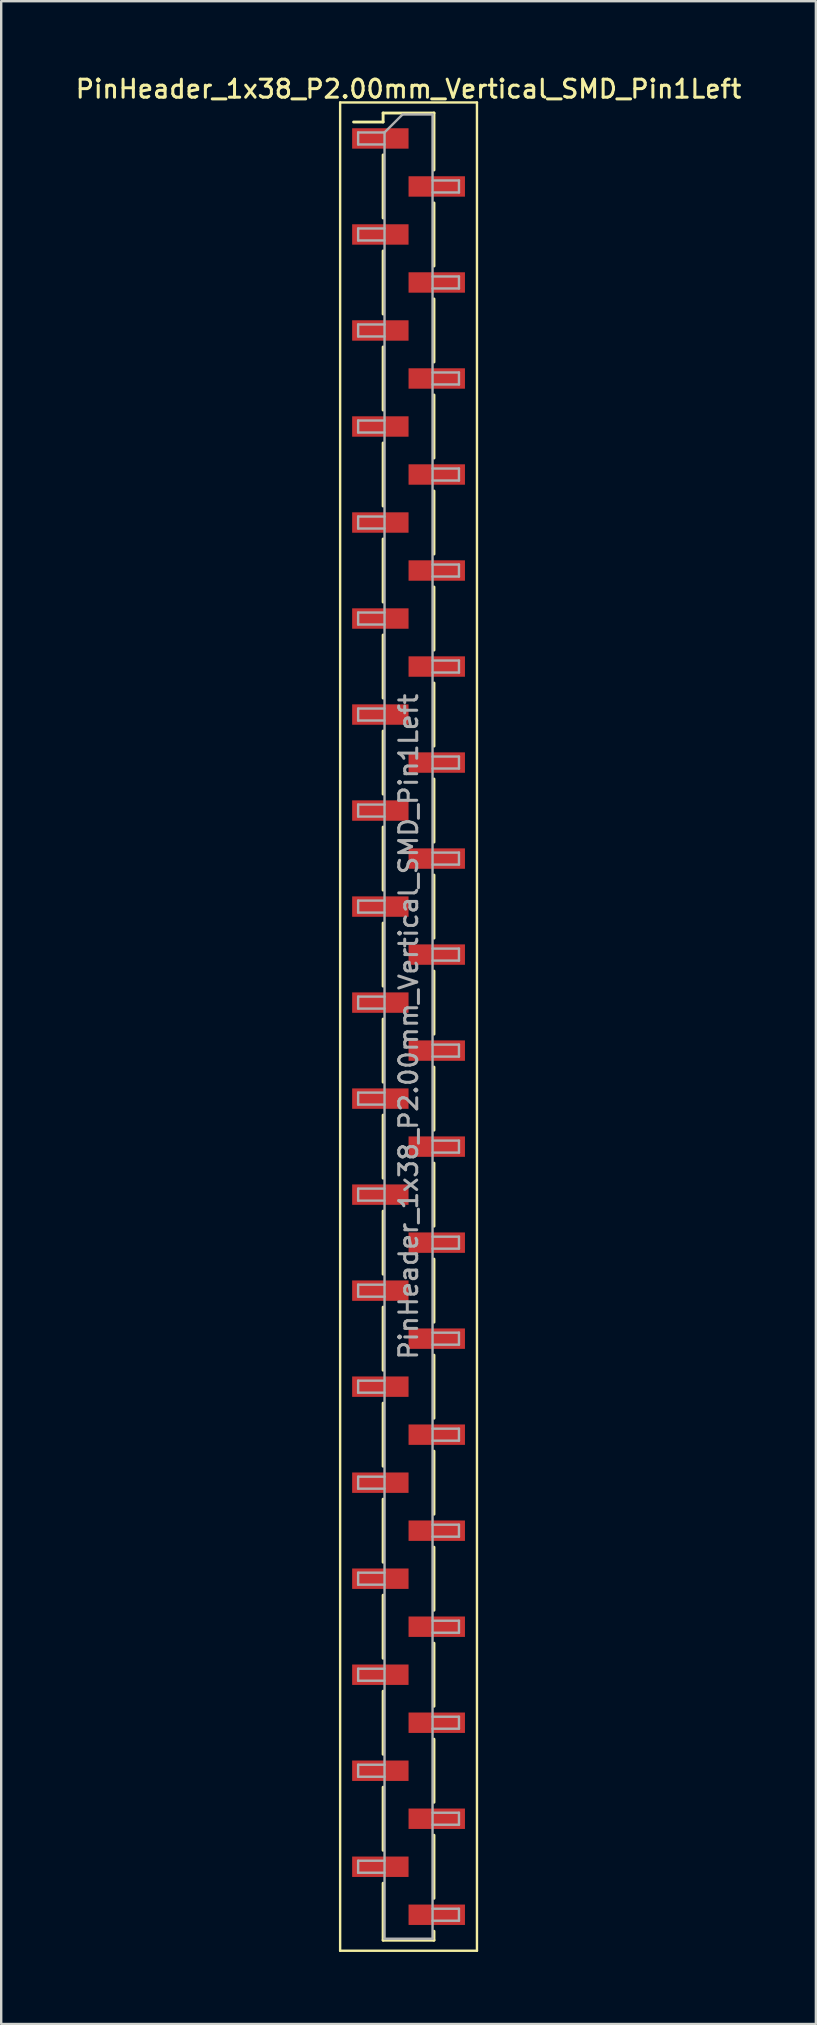
<source format=kicad_pcb>
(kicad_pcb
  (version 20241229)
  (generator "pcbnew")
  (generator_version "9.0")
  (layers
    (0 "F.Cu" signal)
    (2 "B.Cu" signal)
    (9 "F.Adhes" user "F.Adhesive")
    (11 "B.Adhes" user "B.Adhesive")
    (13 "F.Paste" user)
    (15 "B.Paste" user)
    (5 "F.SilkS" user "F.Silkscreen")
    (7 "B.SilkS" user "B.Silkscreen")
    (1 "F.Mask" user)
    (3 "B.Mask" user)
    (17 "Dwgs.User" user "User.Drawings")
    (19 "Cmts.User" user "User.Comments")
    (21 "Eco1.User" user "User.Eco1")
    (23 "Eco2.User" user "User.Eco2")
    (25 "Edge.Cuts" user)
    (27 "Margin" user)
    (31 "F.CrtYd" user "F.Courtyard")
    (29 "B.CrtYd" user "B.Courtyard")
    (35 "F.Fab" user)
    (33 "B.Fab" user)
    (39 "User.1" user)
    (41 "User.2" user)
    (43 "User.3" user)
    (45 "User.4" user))
  (footprint "PinHeader_1x38_P2.00mm_Vertical_SMD_Pin1Left"
    (layer "F.Cu")
    (at 13.97 39.718)
    (property "Reference" "PinHeader_1x38_P2.00mm_Vertical_SMD_Pin1Left" (at 0 -39.06 0) (layer "F.SilkS") (effects (font (size 0.75 0.75) (thickness 0.125))))
    (attr smd)
    (fp_line (start -2.85 -38.5) (end -2.85 38.5) (stroke (width 0.1) (type solid)) (layer "F.SilkS"))
    (fp_line (start -2.85 38.5) (end 2.85 38.5) (stroke (width 0.1) (type solid)) (layer "F.SilkS"))
    (fp_line (start -1.06 -38.06) (end -1.06 -37.685) (stroke (width 0.12) (type solid)) (layer "F.SilkS"))
    (fp_line (start -1.06 -38.06) (end 1.06 -38.06) (stroke (width 0.12) (type solid)) (layer "F.SilkS"))
    (fp_line (start -1.06 -37.685) (end -2.29 -37.685) (stroke (width 0.12) (type solid)) (layer "F.SilkS"))
    (fp_line (start -1.06 -36.315) (end -1.06 -33.685) (stroke (width 0.12) (type solid)) (layer "F.SilkS"))
    (fp_line (start -1.06 -32.315) (end -1.06 -29.685) (stroke (width 0.12) (type solid)) (layer "F.SilkS"))
    (fp_line (start -1.06 -28.315) (end -1.06 -25.685) (stroke (width 0.12) (type solid)) (layer "F.SilkS"))
    (fp_line (start -1.06 -24.315) (end -1.06 -21.685) (stroke (width 0.12) (type solid)) (layer "F.SilkS"))
    (fp_line (start -1.06 -20.315) (end -1.06 -17.685) (stroke (width 0.12) (type solid)) (layer "F.SilkS"))
    (fp_line (start -1.06 -16.315) (end -1.06 -13.685) (stroke (width 0.12) (type solid)) (layer "F.SilkS"))
    (fp_line (start -1.06 -12.315) (end -1.06 -9.685) (stroke (width 0.12) (type solid)) (layer "F.SilkS"))
    (fp_line (start -1.06 -8.315) (end -1.06 -5.685) (stroke (width 0.12) (type solid)) (layer "F.SilkS"))
    (fp_line (start -1.06 -4.315) (end -1.06 -1.685) (stroke (width 0.12) (type solid)) (layer "F.SilkS"))
    (fp_line (start -1.06 -0.315) (end -1.06 2.315) (stroke (width 0.12) (type solid)) (layer "F.SilkS"))
    (fp_line (start -1.06 3.685) (end -1.06 6.315) (stroke (width 0.12) (type solid)) (layer "F.SilkS"))
    (fp_line (start -1.06 7.685) (end -1.06 10.315) (stroke (width 0.12) (type solid)) (layer "F.SilkS"))
    (fp_line (start -1.06 11.685) (end -1.06 14.315) (stroke (width 0.12) (type solid)) (layer "F.SilkS"))
    (fp_line (start -1.06 15.685) (end -1.06 18.315) (stroke (width 0.12) (type solid)) (layer "F.SilkS"))
    (fp_line (start -1.06 19.685) (end -1.06 22.315) (stroke (width 0.12) (type solid)) (layer "F.SilkS"))
    (fp_line (start -1.06 23.685) (end -1.06 26.315) (stroke (width 0.12) (type solid)) (layer "F.SilkS"))
    (fp_line (start -1.06 27.685) (end -1.06 30.315) (stroke (width 0.12) (type solid)) (layer "F.SilkS"))
    (fp_line (start -1.06 31.685) (end -1.06 34.315) (stroke (width 0.12) (type solid)) (layer "F.SilkS"))
    (fp_line (start -1.06 35.685) (end -1.06 38.06) (stroke (width 0.12) (type solid)) (layer "F.SilkS"))
    (fp_line (start -1.06 38.06) (end 1.06 38.06) (stroke (width 0.12) (type solid)) (layer "F.SilkS"))
    (fp_line (start 1.06 -38.06) (end 1.06 -35.685) (stroke (width 0.12) (type solid)) (layer "F.SilkS"))
    (fp_line (start 1.06 -34.315) (end 1.06 -31.685) (stroke (width 0.12) (type solid)) (layer "F.SilkS"))
    (fp_line (start 1.06 -30.315) (end 1.06 -27.685) (stroke (width 0.12) (type solid)) (layer "F.SilkS"))
    (fp_line (start 1.06 -26.315) (end 1.06 -23.685) (stroke (width 0.12) (type solid)) (layer "F.SilkS"))
    (fp_line (start 1.06 -22.315) (end 1.06 -19.685) (stroke (width 0.12) (type solid)) (layer "F.SilkS"))
    (fp_line (start 1.06 -18.315) (end 1.06 -15.685) (stroke (width 0.12) (type solid)) (layer "F.SilkS"))
    (fp_line (start 1.06 -14.315) (end 1.06 -11.685) (stroke (width 0.12) (type solid)) (layer "F.SilkS"))
    (fp_line (start 1.06 -10.315) (end 1.06 -7.685) (stroke (width 0.12) (type solid)) (layer "F.SilkS"))
    (fp_line (start 1.06 -6.315) (end 1.06 -3.685) (stroke (width 0.12) (type solid)) (layer "F.SilkS"))
    (fp_line (start 1.06 -2.315) (end 1.06 0.315) (stroke (width 0.12) (type solid)) (layer "F.SilkS"))
    (fp_line (start 1.06 1.685) (end 1.06 4.315) (stroke (width 0.12) (type solid)) (layer "F.SilkS"))
    (fp_line (start 1.06 5.685) (end 1.06 8.315) (stroke (width 0.12) (type solid)) (layer "F.SilkS"))
    (fp_line (start 1.06 9.685) (end 1.06 12.315) (stroke (width 0.12) (type solid)) (layer "F.SilkS"))
    (fp_line (start 1.06 13.685) (end 1.06 16.315) (stroke (width 0.12) (type solid)) (layer "F.SilkS"))
    (fp_line (start 1.06 17.685) (end 1.06 20.315) (stroke (width 0.12) (type solid)) (layer "F.SilkS"))
    (fp_line (start 1.06 21.685) (end 1.06 24.315) (stroke (width 0.12) (type solid)) (layer "F.SilkS"))
    (fp_line (start 1.06 25.685) (end 1.06 28.315) (stroke (width 0.12) (type solid)) (layer "F.SilkS"))
    (fp_line (start 1.06 29.685) (end 1.06 32.315) (stroke (width 0.12) (type solid)) (layer "F.SilkS"))
    (fp_line (start 1.06 33.685) (end 1.06 36.315) (stroke (width 0.12) (type solid)) (layer "F.SilkS"))
    (fp_line (start 1.06 37.685) (end 1.06 38.06) (stroke (width 0.12) (type solid)) (layer "F.SilkS"))
    (fp_line (start 2.85 -38.5) (end -2.85 -38.5) (stroke (width 0.1) (type solid)) (layer "F.SilkS"))
    (fp_line (start 2.85 38.5) (end 2.85 -38.5) (stroke (width 0.1) (type solid)) (layer "F.SilkS"))
    (fp_line (start -2.1 -37.25) (end -2.1 -36.75) (stroke (width 0.1) (type solid)) (layer "F.Fab"))
    (fp_line (start -2.1 -36.75) (end -1 -36.75) (stroke (width 0.1) (type solid)) (layer "F.Fab"))
    (fp_line (start -2.1 -33.25) (end -2.1 -32.75) (stroke (width 0.1) (type solid)) (layer "F.Fab"))
    (fp_line (start -2.1 -32.75) (end -1 -32.75) (stroke (width 0.1) (type solid)) (layer "F.Fab"))
    (fp_line (start -2.1 -29.25) (end -2.1 -28.75) (stroke (width 0.1) (type solid)) (layer "F.Fab"))
    (fp_line (start -2.1 -28.75) (end -1 -28.75) (stroke (width 0.1) (type solid)) (layer "F.Fab"))
    (fp_line (start -2.1 -25.25) (end -2.1 -24.75) (stroke (width 0.1) (type solid)) (layer "F.Fab"))
    (fp_line (start -2.1 -24.75) (end -1 -24.75) (stroke (width 0.1) (type solid)) (layer "F.Fab"))
    (fp_line (start -2.1 -21.25) (end -2.1 -20.75) (stroke (width 0.1) (type solid)) (layer "F.Fab"))
    (fp_line (start -2.1 -20.75) (end -1 -20.75) (stroke (width 0.1) (type solid)) (layer "F.Fab"))
    (fp_line (start -2.1 -17.25) (end -2.1 -16.75) (stroke (width 0.1) (type solid)) (layer "F.Fab"))
    (fp_line (start -2.1 -16.75) (end -1 -16.75) (stroke (width 0.1) (type solid)) (layer "F.Fab"))
    (fp_line (start -2.1 -13.25) (end -2.1 -12.75) (stroke (width 0.1) (type solid)) (layer "F.Fab"))
    (fp_line (start -2.1 -12.75) (end -1 -12.75) (stroke (width 0.1) (type solid)) (layer "F.Fab"))
    (fp_line (start -2.1 -9.25) (end -2.1 -8.75) (stroke (width 0.1) (type solid)) (layer "F.Fab"))
    (fp_line (start -2.1 -8.75) (end -1 -8.75) (stroke (width 0.1) (type solid)) (layer "F.Fab"))
    (fp_line (start -2.1 -5.25) (end -2.1 -4.75) (stroke (width 0.1) (type solid)) (layer "F.Fab"))
    (fp_line (start -2.1 -4.75) (end -1 -4.75) (stroke (width 0.1) (type solid)) (layer "F.Fab"))
    (fp_line (start -2.1 -1.25) (end -2.1 -0.75) (stroke (width 0.1) (type solid)) (layer "F.Fab"))
    (fp_line (start -2.1 -0.75) (end -1 -0.75) (stroke (width 0.1) (type solid)) (layer "F.Fab"))
    (fp_line (start -2.1 2.75) (end -2.1 3.25) (stroke (width 0.1) (type solid)) (layer "F.Fab"))
    (fp_line (start -2.1 3.25) (end -1 3.25) (stroke (width 0.1) (type solid)) (layer "F.Fab"))
    (fp_line (start -2.1 6.75) (end -2.1 7.25) (stroke (width 0.1) (type solid)) (layer "F.Fab"))
    (fp_line (start -2.1 7.25) (end -1 7.25) (stroke (width 0.1) (type solid)) (layer "F.Fab"))
    (fp_line (start -2.1 10.75) (end -2.1 11.25) (stroke (width 0.1) (type solid)) (layer "F.Fab"))
    (fp_line (start -2.1 11.25) (end -1 11.25) (stroke (width 0.1) (type solid)) (layer "F.Fab"))
    (fp_line (start -2.1 14.75) (end -2.1 15.25) (stroke (width 0.1) (type solid)) (layer "F.Fab"))
    (fp_line (start -2.1 15.25) (end -1 15.25) (stroke (width 0.1) (type solid)) (layer "F.Fab"))
    (fp_line (start -2.1 18.75) (end -2.1 19.25) (stroke (width 0.1) (type solid)) (layer "F.Fab"))
    (fp_line (start -2.1 19.25) (end -1 19.25) (stroke (width 0.1) (type solid)) (layer "F.Fab"))
    (fp_line (start -2.1 22.75) (end -2.1 23.25) (stroke (width 0.1) (type solid)) (layer "F.Fab"))
    (fp_line (start -2.1 23.25) (end -1 23.25) (stroke (width 0.1) (type solid)) (layer "F.Fab"))
    (fp_line (start -2.1 26.75) (end -2.1 27.25) (stroke (width 0.1) (type solid)) (layer "F.Fab"))
    (fp_line (start -2.1 27.25) (end -1 27.25) (stroke (width 0.1) (type solid)) (layer "F.Fab"))
    (fp_line (start -2.1 30.75) (end -2.1 31.25) (stroke (width 0.1) (type solid)) (layer "F.Fab"))
    (fp_line (start -2.1 31.25) (end -1 31.25) (stroke (width 0.1) (type solid)) (layer "F.Fab"))
    (fp_line (start -2.1 34.75) (end -2.1 35.25) (stroke (width 0.1) (type solid)) (layer "F.Fab"))
    (fp_line (start -2.1 35.25) (end -1 35.25) (stroke (width 0.1) (type solid)) (layer "F.Fab"))
    (fp_line (start -1 -37.25) (end -2.1 -37.25) (stroke (width 0.1) (type solid)) (layer "F.Fab"))
    (fp_line (start -1 -37.25) (end -0.25 -38) (stroke (width 0.1) (type solid)) (layer "F.Fab"))
    (fp_line (start -1 -33.25) (end -2.1 -33.25) (stroke (width 0.1) (type solid)) (layer "F.Fab"))
    (fp_line (start -1 -29.25) (end -2.1 -29.25) (stroke (width 0.1) (type solid)) (layer "F.Fab"))
    (fp_line (start -1 -25.25) (end -2.1 -25.25) (stroke (width 0.1) (type solid)) (layer "F.Fab"))
    (fp_line (start -1 -21.25) (end -2.1 -21.25) (stroke (width 0.1) (type solid)) (layer "F.Fab"))
    (fp_line (start -1 -17.25) (end -2.1 -17.25) (stroke (width 0.1) (type solid)) (layer "F.Fab"))
    (fp_line (start -1 -13.25) (end -2.1 -13.25) (stroke (width 0.1) (type solid)) (layer "F.Fab"))
    (fp_line (start -1 -9.25) (end -2.1 -9.25) (stroke (width 0.1) (type solid)) (layer "F.Fab"))
    (fp_line (start -1 -5.25) (end -2.1 -5.25) (stroke (width 0.1) (type solid)) (layer "F.Fab"))
    (fp_line (start -1 -1.25) (end -2.1 -1.25) (stroke (width 0.1) (type solid)) (layer "F.Fab"))
    (fp_line (start -1 2.75) (end -2.1 2.75) (stroke (width 0.1) (type solid)) (layer "F.Fab"))
    (fp_line (start -1 6.75) (end -2.1 6.75) (stroke (width 0.1) (type solid)) (layer "F.Fab"))
    (fp_line (start -1 10.75) (end -2.1 10.75) (stroke (width 0.1) (type solid)) (layer "F.Fab"))
    (fp_line (start -1 14.75) (end -2.1 14.75) (stroke (width 0.1) (type solid)) (layer "F.Fab"))
    (fp_line (start -1 18.75) (end -2.1 18.75) (stroke (width 0.1) (type solid)) (layer "F.Fab"))
    (fp_line (start -1 22.75) (end -2.1 22.75) (stroke (width 0.1) (type solid)) (layer "F.Fab"))
    (fp_line (start -1 26.75) (end -2.1 26.75) (stroke (width 0.1) (type solid)) (layer "F.Fab"))
    (fp_line (start -1 30.75) (end -2.1 30.75) (stroke (width 0.1) (type solid)) (layer "F.Fab"))
    (fp_line (start -1 34.75) (end -2.1 34.75) (stroke (width 0.1) (type solid)) (layer "F.Fab"))
    (fp_line (start -1 38) (end -1 -37.25) (stroke (width 0.1) (type solid)) (layer "F.Fab"))
    (fp_line (start -0.25 -38) (end 1 -38) (stroke (width 0.1) (type solid)) (layer "F.Fab"))
    (fp_line (start 1 -38) (end 1 38) (stroke (width 0.1) (type solid)) (layer "F.Fab"))
    (fp_line (start 1 -35.25) (end 2.1 -35.25) (stroke (width 0.1) (type solid)) (layer "F.Fab"))
    (fp_line (start 1 -31.25) (end 2.1 -31.25) (stroke (width 0.1) (type solid)) (layer "F.Fab"))
    (fp_line (start 1 -27.25) (end 2.1 -27.25) (stroke (width 0.1) (type solid)) (layer "F.Fab"))
    (fp_line (start 1 -23.25) (end 2.1 -23.25) (stroke (width 0.1) (type solid)) (layer "F.Fab"))
    (fp_line (start 1 -19.25) (end 2.1 -19.25) (stroke (width 0.1) (type solid)) (layer "F.Fab"))
    (fp_line (start 1 -15.25) (end 2.1 -15.25) (stroke (width 0.1) (type solid)) (layer "F.Fab"))
    (fp_line (start 1 -11.25) (end 2.1 -11.25) (stroke (width 0.1) (type solid)) (layer "F.Fab"))
    (fp_line (start 1 -7.25) (end 2.1 -7.25) (stroke (width 0.1) (type solid)) (layer "F.Fab"))
    (fp_line (start 1 -3.25) (end 2.1 -3.25) (stroke (width 0.1) (type solid)) (layer "F.Fab"))
    (fp_line (start 1 0.75) (end 2.1 0.75) (stroke (width 0.1) (type solid)) (layer "F.Fab"))
    (fp_line (start 1 4.75) (end 2.1 4.75) (stroke (width 0.1) (type solid)) (layer "F.Fab"))
    (fp_line (start 1 8.75) (end 2.1 8.75) (stroke (width 0.1) (type solid)) (layer "F.Fab"))
    (fp_line (start 1 12.75) (end 2.1 12.75) (stroke (width 0.1) (type solid)) (layer "F.Fab"))
    (fp_line (start 1 16.75) (end 2.1 16.75) (stroke (width 0.1) (type solid)) (layer "F.Fab"))
    (fp_line (start 1 20.75) (end 2.1 20.75) (stroke (width 0.1) (type solid)) (layer "F.Fab"))
    (fp_line (start 1 24.75) (end 2.1 24.75) (stroke (width 0.1) (type solid)) (layer "F.Fab"))
    (fp_line (start 1 28.75) (end 2.1 28.75) (stroke (width 0.1) (type solid)) (layer "F.Fab"))
    (fp_line (start 1 32.75) (end 2.1 32.75) (stroke (width 0.1) (type solid)) (layer "F.Fab"))
    (fp_line (start 1 36.75) (end 2.1 36.75) (stroke (width 0.1) (type solid)) (layer "F.Fab"))
    (fp_line (start 1 38) (end -1 38) (stroke (width 0.1) (type solid)) (layer "F.Fab"))
    (fp_line (start 2.1 -35.25) (end 2.1 -34.75) (stroke (width 0.1) (type solid)) (layer "F.Fab"))
    (fp_line (start 2.1 -34.75) (end 1 -34.75) (stroke (width 0.1) (type solid)) (layer "F.Fab"))
    (fp_line (start 2.1 -31.25) (end 2.1 -30.75) (stroke (width 0.1) (type solid)) (layer "F.Fab"))
    (fp_line (start 2.1 -30.75) (end 1 -30.75) (stroke (width 0.1) (type solid)) (layer "F.Fab"))
    (fp_line (start 2.1 -27.25) (end 2.1 -26.75) (stroke (width 0.1) (type solid)) (layer "F.Fab"))
    (fp_line (start 2.1 -26.75) (end 1 -26.75) (stroke (width 0.1) (type solid)) (layer "F.Fab"))
    (fp_line (start 2.1 -23.25) (end 2.1 -22.75) (stroke (width 0.1) (type solid)) (layer "F.Fab"))
    (fp_line (start 2.1 -22.75) (end 1 -22.75) (stroke (width 0.1) (type solid)) (layer "F.Fab"))
    (fp_line (start 2.1 -19.25) (end 2.1 -18.75) (stroke (width 0.1) (type solid)) (layer "F.Fab"))
    (fp_line (start 2.1 -18.75) (end 1 -18.75) (stroke (width 0.1) (type solid)) (layer "F.Fab"))
    (fp_line (start 2.1 -15.25) (end 2.1 -14.75) (stroke (width 0.1) (type solid)) (layer "F.Fab"))
    (fp_line (start 2.1 -14.75) (end 1 -14.75) (stroke (width 0.1) (type solid)) (layer "F.Fab"))
    (fp_line (start 2.1 -11.25) (end 2.1 -10.75) (stroke (width 0.1) (type solid)) (layer "F.Fab"))
    (fp_line (start 2.1 -10.75) (end 1 -10.75) (stroke (width 0.1) (type solid)) (layer "F.Fab"))
    (fp_line (start 2.1 -7.25) (end 2.1 -6.75) (stroke (width 0.1) (type solid)) (layer "F.Fab"))
    (fp_line (start 2.1 -6.75) (end 1 -6.75) (stroke (width 0.1) (type solid)) (layer "F.Fab"))
    (fp_line (start 2.1 -3.25) (end 2.1 -2.75) (stroke (width 0.1) (type solid)) (layer "F.Fab"))
    (fp_line (start 2.1 -2.75) (end 1 -2.75) (stroke (width 0.1) (type solid)) (layer "F.Fab"))
    (fp_line (start 2.1 0.75) (end 2.1 1.25) (stroke (width 0.1) (type solid)) (layer "F.Fab"))
    (fp_line (start 2.1 1.25) (end 1 1.25) (stroke (width 0.1) (type solid)) (layer "F.Fab"))
    (fp_line (start 2.1 4.75) (end 2.1 5.25) (stroke (width 0.1) (type solid)) (layer "F.Fab"))
    (fp_line (start 2.1 5.25) (end 1 5.25) (stroke (width 0.1) (type solid)) (layer "F.Fab"))
    (fp_line (start 2.1 8.75) (end 2.1 9.25) (stroke (width 0.1) (type solid)) (layer "F.Fab"))
    (fp_line (start 2.1 9.25) (end 1 9.25) (stroke (width 0.1) (type solid)) (layer "F.Fab"))
    (fp_line (start 2.1 12.75) (end 2.1 13.25) (stroke (width 0.1) (type solid)) (layer "F.Fab"))
    (fp_line (start 2.1 13.25) (end 1 13.25) (stroke (width 0.1) (type solid)) (layer "F.Fab"))
    (fp_line (start 2.1 16.75) (end 2.1 17.25) (stroke (width 0.1) (type solid)) (layer "F.Fab"))
    (fp_line (start 2.1 17.25) (end 1 17.25) (stroke (width 0.1) (type solid)) (layer "F.Fab"))
    (fp_line (start 2.1 20.75) (end 2.1 21.25) (stroke (width 0.1) (type solid)) (layer "F.Fab"))
    (fp_line (start 2.1 21.25) (end 1 21.25) (stroke (width 0.1) (type solid)) (layer "F.Fab"))
    (fp_line (start 2.1 24.75) (end 2.1 25.25) (stroke (width 0.1) (type solid)) (layer "F.Fab"))
    (fp_line (start 2.1 25.25) (end 1 25.25) (stroke (width 0.1) (type solid)) (layer "F.Fab"))
    (fp_line (start 2.1 28.75) (end 2.1 29.25) (stroke (width 0.1) (type solid)) (layer "F.Fab"))
    (fp_line (start 2.1 29.25) (end 1 29.25) (stroke (width 0.1) (type solid)) (layer "F.Fab"))
    (fp_line (start 2.1 32.75) (end 2.1 33.25) (stroke (width 0.1) (type solid)) (layer "F.Fab"))
    (fp_line (start 2.1 33.25) (end 1 33.25) (stroke (width 0.1) (type solid)) (layer "F.Fab"))
    (fp_line (start 2.1 36.75) (end 2.1 37.25) (stroke (width 0.1) (type solid)) (layer "F.Fab"))
    (fp_line (start 2.1 37.25) (end 1 37.25) (stroke (width 0.1) (type solid)) (layer "F.Fab"))
    (fp_text user "${REFERENCE}" (at 0 0 90) (layer "F.Fab") (effects (font (size 0.75 0.75) (thickness 0.125))))
    (pad "1" smd rect (at -1.175 -37) (size 2.35 0.85) (layers "F.Cu" "F.Mask" "F.Paste"))
    (pad "2" smd rect (at 1.175 -35) (size 2.35 0.85) (layers "F.Cu" "F.Mask" "F.Paste"))
    (pad "3" smd rect (at -1.175 -33) (size 2.35 0.85) (layers "F.Cu" "F.Mask" "F.Paste"))
    (pad "4" smd rect (at 1.175 -31) (size 2.35 0.85) (layers "F.Cu" "F.Mask" "F.Paste"))
    (pad "5" smd rect (at -1.175 -29) (size 2.35 0.85) (layers "F.Cu" "F.Mask" "F.Paste"))
    (pad "6" smd rect (at 1.175 -27) (size 2.35 0.85) (layers "F.Cu" "F.Mask" "F.Paste"))
    (pad "7" smd rect (at -1.175 -25) (size 2.35 0.85) (layers "F.Cu" "F.Mask" "F.Paste"))
    (pad "8" smd rect (at 1.175 -23) (size 2.35 0.85) (layers "F.Cu" "F.Mask" "F.Paste"))
    (pad "9" smd rect (at -1.175 -21) (size 2.35 0.85) (layers "F.Cu" "F.Mask" "F.Paste"))
    (pad "10" smd rect (at 1.175 -19) (size 2.35 0.85) (layers "F.Cu" "F.Mask" "F.Paste"))
    (pad "11" smd rect (at -1.175 -17) (size 2.35 0.85) (layers "F.Cu" "F.Mask" "F.Paste"))
    (pad "12" smd rect (at 1.175 -15) (size 2.35 0.85) (layers "F.Cu" "F.Mask" "F.Paste"))
    (pad "13" smd rect (at -1.175 -13) (size 2.35 0.85) (layers "F.Cu" "F.Mask" "F.Paste"))
    (pad "14" smd rect (at 1.175 -11) (size 2.35 0.85) (layers "F.Cu" "F.Mask" "F.Paste"))
    (pad "15" smd rect (at -1.175 -9) (size 2.35 0.85) (layers "F.Cu" "F.Mask" "F.Paste"))
    (pad "16" smd rect (at 1.175 -7) (size 2.35 0.85) (layers "F.Cu" "F.Mask" "F.Paste"))
    (pad "17" smd rect (at -1.175 -5) (size 2.35 0.85) (layers "F.Cu" "F.Mask" "F.Paste"))
    (pad "18" smd rect (at 1.175 -3) (size 2.35 0.85) (layers "F.Cu" "F.Mask" "F.Paste"))
    (pad "19" smd rect (at -1.175 -1) (size 2.35 0.85) (layers "F.Cu" "F.Mask" "F.Paste"))
    (pad "20" smd rect (at 1.175 1) (size 2.35 0.85) (layers "F.Cu" "F.Mask" "F.Paste"))
    (pad "21" smd rect (at -1.175 3) (size 2.35 0.85) (layers "F.Cu" "F.Mask" "F.Paste"))
    (pad "22" smd rect (at 1.175 5) (size 2.35 0.85) (layers "F.Cu" "F.Mask" "F.Paste"))
    (pad "23" smd rect (at -1.175 7) (size 2.35 0.85) (layers "F.Cu" "F.Mask" "F.Paste"))
    (pad "24" smd rect (at 1.175 9) (size 2.35 0.85) (layers "F.Cu" "F.Mask" "F.Paste"))
    (pad "25" smd rect (at -1.175 11) (size 2.35 0.85) (layers "F.Cu" "F.Mask" "F.Paste"))
    (pad "26" smd rect (at 1.175 13) (size 2.35 0.85) (layers "F.Cu" "F.Mask" "F.Paste"))
    (pad "27" smd rect (at -1.175 15) (size 2.35 0.85) (layers "F.Cu" "F.Mask" "F.Paste"))
    (pad "28" smd rect (at 1.175 17) (size 2.35 0.85) (layers "F.Cu" "F.Mask" "F.Paste"))
    (pad "29" smd rect (at -1.175 19) (size 2.35 0.85) (layers "F.Cu" "F.Mask" "F.Paste"))
    (pad "30" smd rect (at 1.175 21) (size 2.35 0.85) (layers "F.Cu" "F.Mask" "F.Paste"))
    (pad "31" smd rect (at -1.175 23) (size 2.35 0.85) (layers "F.Cu" "F.Mask" "F.Paste"))
    (pad "32" smd rect (at 1.175 25) (size 2.35 0.85) (layers "F.Cu" "F.Mask" "F.Paste"))
    (pad "33" smd rect (at -1.175 27) (size 2.35 0.85) (layers "F.Cu" "F.Mask" "F.Paste"))
    (pad "34" smd rect (at 1.175 29) (size 2.35 0.85) (layers "F.Cu" "F.Mask" "F.Paste"))
    (pad "35" smd rect (at -1.175 31) (size 2.35 0.85) (layers "F.Cu" "F.Mask" "F.Paste"))
    (pad "36" smd rect (at 1.175 33) (size 2.35 0.85) (layers "F.Cu" "F.Mask" "F.Paste"))
    (pad "37" smd rect (at -1.175 35) (size 2.35 0.85) (layers "F.Cu" "F.Mask" "F.Paste"))
    (pad "38" smd rect (at 1.175 37) (size 2.35 0.85) (layers "F.Cu" "F.Mask" "F.Paste")))
  (gr_rect
    (start -3 -3)
    (end 30.939 81.268)
    (stroke (width 0.1) (type default))
    (fill no)
    (layer "Edge.Cuts")))
</source>
